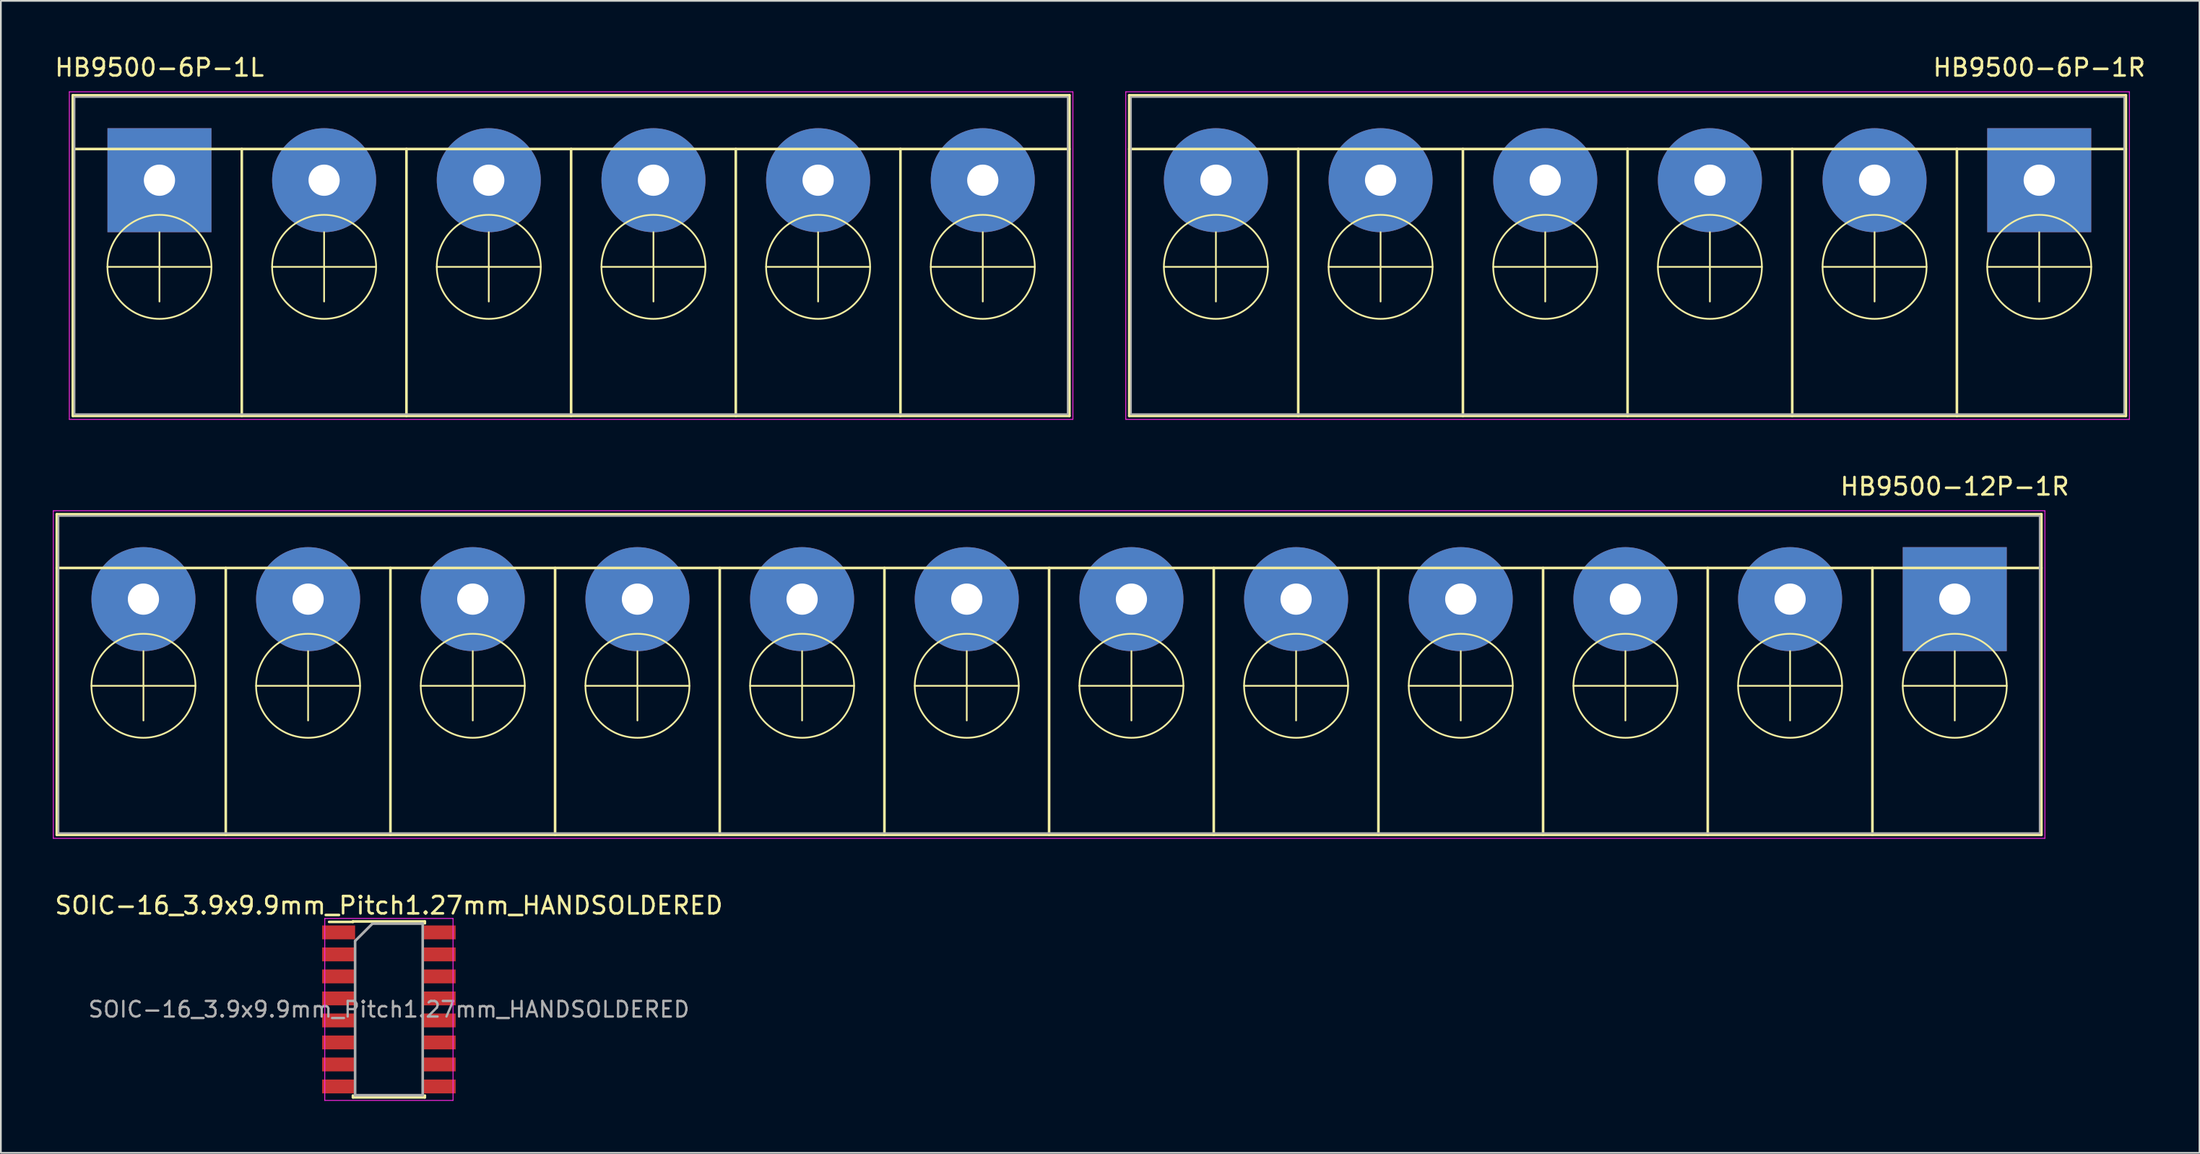
<source format=kicad_pcb>
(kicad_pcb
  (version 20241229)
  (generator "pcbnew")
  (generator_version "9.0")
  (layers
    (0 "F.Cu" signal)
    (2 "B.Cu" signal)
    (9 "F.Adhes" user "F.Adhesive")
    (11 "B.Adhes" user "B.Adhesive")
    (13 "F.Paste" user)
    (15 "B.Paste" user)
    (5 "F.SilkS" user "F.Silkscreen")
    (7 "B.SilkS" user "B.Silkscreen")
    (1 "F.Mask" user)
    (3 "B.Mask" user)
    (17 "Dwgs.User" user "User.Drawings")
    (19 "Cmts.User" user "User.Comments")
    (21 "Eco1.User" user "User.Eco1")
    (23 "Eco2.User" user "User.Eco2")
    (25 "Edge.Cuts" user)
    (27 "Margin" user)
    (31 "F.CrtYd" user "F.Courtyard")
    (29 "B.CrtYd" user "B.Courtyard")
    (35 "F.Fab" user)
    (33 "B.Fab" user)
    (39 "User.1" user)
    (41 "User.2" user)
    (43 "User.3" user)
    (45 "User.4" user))
  (footprint "HB9500-6P-1L"
    (layer "F.Cu")
    (at 6.149 7.348)
    (property "Reference" "HB9500-6P-1L" (at 0 -6.5 0) (layer "F.SilkS") (effects (font (size 1 1) (thickness 0.15))))
    (attr through_hole)
    (fp_line (start -5 -4.9) (end 52.5 -4.9) (stroke (width 0.15) (type solid)) (layer "F.SilkS"))
    (fp_line (start -5 -1.8) (end 52.5 -1.8) (stroke (width 0.15) (type solid)) (layer "F.SilkS"))
    (fp_line (start -5 13.6) (end -5 -4.9) (stroke (width 0.15) (type solid)) (layer "F.SilkS"))
    (fp_line (start -5 13.6) (end 52.5 13.6) (stroke (width 0.15) (type solid)) (layer "F.SilkS"))
    (fp_line (start -3 5) (end 3 5) (stroke (width 0.1) (type solid)) (layer "F.SilkS"))
    (fp_line (start 0 7) (end 0 3) (stroke (width 0.1) (type solid)) (layer "F.SilkS"))
    (fp_line (start 4.75 -1.8) (end 4.75 13.6) (stroke (width 0.15) (type solid)) (layer "F.SilkS"))
    (fp_line (start 6.5 5) (end 12.5 5) (stroke (width 0.1) (type solid)) (layer "F.SilkS"))
    (fp_line (start 9.5 7) (end 9.5 3) (stroke (width 0.1) (type solid)) (layer "F.SilkS"))
    (fp_line (start 14.25 -1.8) (end 14.25 13.6) (stroke (width 0.15) (type solid)) (layer "F.SilkS"))
    (fp_line (start 16 5) (end 22 5) (stroke (width 0.1) (type solid)) (layer "F.SilkS"))
    (fp_line (start 19 7) (end 19 3) (stroke (width 0.1) (type solid)) (layer "F.SilkS"))
    (fp_line (start 23.75 -1.8) (end 23.75 13.6) (stroke (width 0.15) (type solid)) (layer "F.SilkS"))
    (fp_line (start 25.5 5) (end 31.5 5) (stroke (width 0.1) (type solid)) (layer "F.SilkS"))
    (fp_line (start 28.5 7) (end 28.5 3) (stroke (width 0.1) (type solid)) (layer "F.SilkS"))
    (fp_line (start 33.25 -1.8) (end 33.25 13.6) (stroke (width 0.15) (type solid)) (layer "F.SilkS"))
    (fp_line (start 35 5) (end 41 5) (stroke (width 0.1) (type solid)) (layer "F.SilkS"))
    (fp_line (start 38 7) (end 38 3) (stroke (width 0.1) (type solid)) (layer "F.SilkS"))
    (fp_line (start 42.75 -1.8) (end 42.75 13.6) (stroke (width 0.15) (type solid)) (layer "F.SilkS"))
    (fp_line (start 44.5 5) (end 50.5 5) (stroke (width 0.1) (type solid)) (layer "F.SilkS"))
    (fp_line (start 47.5 7) (end 47.5 3) (stroke (width 0.1) (type solid)) (layer "F.SilkS"))
    (fp_line (start 52.5 13.6) (end 52.5 -4.9) (stroke (width 0.15) (type solid)) (layer "F.SilkS"))
    (fp_circle (center 0 5) (end 3 5) (stroke (width 0.1) (type solid)) (fill no) (layer "F.SilkS"))
    (fp_circle (center 9.5 5) (end 12.5 5) (stroke (width 0.1) (type solid)) (fill no) (layer "F.SilkS"))
    (fp_circle (center 19 5) (end 22 5) (stroke (width 0.1) (type solid)) (fill no) (layer "F.SilkS"))
    (fp_circle (center 28.5 5) (end 31.5 5) (stroke (width 0.1) (type solid)) (fill no) (layer "F.SilkS"))
    (fp_circle (center 38 5) (end 41 5) (stroke (width 0.1) (type solid)) (fill no) (layer "F.SilkS"))
    (fp_circle (center 47.5 5) (end 50.5 5) (stroke (width 0.1) (type solid)) (fill no) (layer "F.SilkS"))
    (fp_line (start -5.2 -5.1) (end -5.2 13.8) (stroke (width 0.05) (type solid)) (layer "F.CrtYd"))
    (fp_line (start -5.2 -5.1) (end 52.7 -5.1) (stroke (width 0.05) (type solid)) (layer "F.CrtYd"))
    (fp_line (start -5.2 13.8) (end 52.7 13.8) (stroke (width 0.05) (type solid)) (layer "F.CrtYd"))
    (fp_line (start 52.7 -5.1) (end 52.7 13.8) (stroke (width 0.05) (type solid)) (layer "F.CrtYd"))
    (fp_line (start -4.9 -4.8) (end -4.9 13.5) (stroke (width 0.1) (type solid)) (layer "F.Fab"))
    (fp_line (start -4.9 -4.8) (end 52.4 -4.8) (stroke (width 0.1) (type solid)) (layer "F.Fab"))
    (fp_line (start -4.9 13.5) (end 52.4 13.5) (stroke (width 0.1) (type solid)) (layer "F.Fab"))
    (fp_line (start 52.4 -4.8) (end 52.4 13.5) (stroke (width 0.1) (type solid)) (layer "F.Fab"))
    (pad "1" thru_hole rect (at 0 0) (size 6 6) (drill 1.8) (layers "*.Cu" "*.Mask"))
    (pad "2" thru_hole circle (at 9.5 0) (size 6 6) (drill 1.8) (layers "*.Cu" "*.Mask"))
    (pad "3" thru_hole circle (at 19 0) (size 6 6) (drill 1.8) (layers "*.Cu" "*.Mask"))
    (pad "4" thru_hole circle (at 28.5 0) (size 6 6) (drill 1.8) (layers "*.Cu" "*.Mask"))
    (pad "5" thru_hole circle (at 38 0 90) (size 6 6) (drill 1.8) (layers "*.Cu" "*.Mask"))
    (pad "6" thru_hole circle (at 47.5 0) (size 6 6) (drill 1.8) (layers "*.Cu" "*.Mask")))
  (footprint "SOIC-16_3.9x9.9mm_Pitch1.27mm_HANDSOLDERED"
    (layer "F.Cu")
    (at 19.387 55.195)
    (property "Reference" "SOIC-16_3.9x9.9mm_Pitch1.27mm_HANDSOLDERED" (at 0 -6 0) (layer "F.SilkS") (effects (font (size 1 1) (thickness 0.15))))
    (attr smd)
    (fp_line (start -2.075 -5.075) (end -2.075 -5.05) (stroke (width 0.15) (type solid)) (layer "F.SilkS"))
    (fp_line (start -2.075 -5.075) (end 2.075 -5.075) (stroke (width 0.15) (type solid)) (layer "F.SilkS"))
    (fp_line (start -2.075 -5.05) (end -3.45 -5.05) (stroke (width 0.15) (type solid)) (layer "F.SilkS"))
    (fp_line (start -2.075 5.075) (end -2.075 4.97) (stroke (width 0.15) (type solid)) (layer "F.SilkS"))
    (fp_line (start -2.075 5.075) (end 2.075 5.075) (stroke (width 0.15) (type solid)) (layer "F.SilkS"))
    (fp_line (start 2.075 -5.075) (end 2.075 -4.97) (stroke (width 0.15) (type solid)) (layer "F.SilkS"))
    (fp_line (start 2.075 5.075) (end 2.075 4.97) (stroke (width 0.15) (type solid)) (layer "F.SilkS"))
    (fp_line (start -3.7 -5.25) (end -3.7 5.25) (stroke (width 0.05) (type solid)) (layer "F.CrtYd"))
    (fp_line (start -3.7 -5.25) (end 3.7 -5.25) (stroke (width 0.05) (type solid)) (layer "F.CrtYd"))
    (fp_line (start -3.7 5.25) (end 3.7 5.25) (stroke (width 0.05) (type solid)) (layer "F.CrtYd"))
    (fp_line (start 3.7 -5.25) (end 3.7 5.25) (stroke (width 0.05) (type solid)) (layer "F.CrtYd"))
    (fp_line (start -1.95 -3.95) (end -0.95 -4.95) (stroke (width 0.15) (type solid)) (layer "F.Fab"))
    (fp_line (start -1.95 4.95) (end -1.95 -3.95) (stroke (width 0.15) (type solid)) (layer "F.Fab"))
    (fp_line (start -0.95 -4.95) (end 1.95 -4.95) (stroke (width 0.15) (type solid)) (layer "F.Fab"))
    (fp_line (start 1.95 -4.95) (end 1.95 4.95) (stroke (width 0.15) (type solid)) (layer "F.Fab"))
    (fp_line (start 1.95 4.95) (end -1.95 4.95) (stroke (width 0.15) (type solid)) (layer "F.Fab"))
    (fp_text user "${REFERENCE}" (at 0 0 0) (layer "F.Fab") (effects (font (size 0.9 0.9) (thickness 0.135))))
    (pad "1" smd rect (at -2.9 -4.445) (size 1.9 0.8) (layers "F.Cu" "F.Mask" "F.Paste"))
    (pad "2" smd rect (at -2.9 -3.175) (size 1.9 0.8) (layers "F.Cu" "F.Mask" "F.Paste"))
    (pad "3" smd rect (at -2.9 -1.905) (size 1.9 0.8) (layers "F.Cu" "F.Mask" "F.Paste"))
    (pad "4" smd rect (at -2.9 -0.635) (size 1.9 0.8) (layers "F.Cu" "F.Mask" "F.Paste"))
    (pad "5" smd rect (at -2.9 0.635) (size 1.9 0.8) (layers "F.Cu" "F.Mask" "F.Paste"))
    (pad "6" smd rect (at -2.9 1.905) (size 1.9 0.8) (layers "F.Cu" "F.Mask" "F.Paste"))
    (pad "7" smd rect (at -2.9 3.175) (size 1.9 0.8) (layers "F.Cu" "F.Mask" "F.Paste"))
    (pad "8" smd rect (at -2.9 4.445) (size 1.9 0.8) (layers "F.Cu" "F.Mask" "F.Paste"))
    (pad "9" smd rect (at 2.9 4.445) (size 1.9 0.8) (layers "F.Cu" "F.Mask" "F.Paste"))
    (pad "10" smd rect (at 2.9 3.175) (size 1.9 0.8) (layers "F.Cu" "F.Mask" "F.Paste"))
    (pad "11" smd rect (at 2.9 1.905) (size 1.9 0.8) (layers "F.Cu" "F.Mask" "F.Paste"))
    (pad "12" smd rect (at 2.9 0.635) (size 1.9 0.8) (layers "F.Cu" "F.Mask" "F.Paste"))
    (pad "13" smd rect (at 2.9 -0.635) (size 1.9 0.8) (layers "F.Cu" "F.Mask" "F.Paste"))
    (pad "14" smd rect (at 2.9 -1.905) (size 1.9 0.8) (layers "F.Cu" "F.Mask" "F.Paste"))
    (pad "15" smd rect (at 2.9 -3.175) (size 1.9 0.8) (layers "F.Cu" "F.Mask" "F.Paste"))
    (pad "16" smd rect (at 2.9 -4.445) (size 1.9 0.8) (layers "F.Cu" "F.Mask" "F.Paste")))
  (footprint "HB9500-12P-1R"
    (layer "F.Cu")
    (at 109.725 31.521)
    (property "Reference" "HB9500-12P-1R" (at 0 -6.5 0) (layer "F.SilkS") (effects (font (size 1 1) (thickness 0.15))))
    (attr through_hole)
    (fp_line (start -109.5 -4.9) (end 5 -4.9) (stroke (width 0.15) (type solid)) (layer "F.SilkS"))
    (fp_line (start -109.5 -1.8) (end 5 -1.8) (stroke (width 0.15) (type solid)) (layer "F.SilkS"))
    (fp_line (start -109.5 13.6) (end -109.5 -4.9) (stroke (width 0.15) (type solid)) (layer "F.SilkS"))
    (fp_line (start -109.5 13.6) (end 5 13.6) (stroke (width 0.15) (type solid)) (layer "F.SilkS"))
    (fp_line (start -107.5 5) (end -101.5 5) (stroke (width 0.1) (type solid)) (layer "F.SilkS"))
    (fp_line (start -104.5 7) (end -104.5 3) (stroke (width 0.1) (type solid)) (layer "F.SilkS"))
    (fp_line (start -99.75 -1.8) (end -99.75 13.6) (stroke (width 0.15) (type solid)) (layer "F.SilkS"))
    (fp_line (start -98 5) (end -92 5) (stroke (width 0.1) (type solid)) (layer "F.SilkS"))
    (fp_line (start -95 7) (end -95 3) (stroke (width 0.1) (type solid)) (layer "F.SilkS"))
    (fp_line (start -90.25 -1.8) (end -90.25 13.6) (stroke (width 0.15) (type solid)) (layer "F.SilkS"))
    (fp_line (start -88.5 5) (end -82.5 5) (stroke (width 0.1) (type solid)) (layer "F.SilkS"))
    (fp_line (start -85.5 7) (end -85.5 3) (stroke (width 0.1) (type solid)) (layer "F.SilkS"))
    (fp_line (start -80.75 -1.8) (end -80.75 13.6) (stroke (width 0.15) (type solid)) (layer "F.SilkS"))
    (fp_line (start -79 5) (end -73 5) (stroke (width 0.1) (type solid)) (layer "F.SilkS"))
    (fp_line (start -76 7) (end -76 3) (stroke (width 0.1) (type solid)) (layer "F.SilkS"))
    (fp_line (start -71.25 -1.8) (end -71.25 13.6) (stroke (width 0.15) (type solid)) (layer "F.SilkS"))
    (fp_line (start -69.5 5) (end -63.5 5) (stroke (width 0.1) (type solid)) (layer "F.SilkS"))
    (fp_line (start -66.5 7) (end -66.5 3) (stroke (width 0.1) (type solid)) (layer "F.SilkS"))
    (fp_line (start -61.75 -1.8) (end -61.75 13.6) (stroke (width 0.15) (type solid)) (layer "F.SilkS"))
    (fp_line (start -60 5) (end -54 5) (stroke (width 0.1) (type solid)) (layer "F.SilkS"))
    (fp_line (start -57 7) (end -57 3) (stroke (width 0.1) (type solid)) (layer "F.SilkS"))
    (fp_line (start -52.25 -1.8) (end -52.25 13.6) (stroke (width 0.15) (type solid)) (layer "F.SilkS"))
    (fp_line (start -50.5 5) (end -44.5 5) (stroke (width 0.1) (type solid)) (layer "F.SilkS"))
    (fp_line (start -47.5 7) (end -47.5 3) (stroke (width 0.1) (type solid)) (layer "F.SilkS"))
    (fp_line (start -42.75 -1.8) (end -42.75 13.6) (stroke (width 0.15) (type solid)) (layer "F.SilkS"))
    (fp_line (start -41 5) (end -35 5) (stroke (width 0.1) (type solid)) (layer "F.SilkS"))
    (fp_line (start -38 7) (end -38 3) (stroke (width 0.1) (type solid)) (layer "F.SilkS"))
    (fp_line (start -33.25 -1.8) (end -33.25 13.6) (stroke (width 0.15) (type solid)) (layer "F.SilkS"))
    (fp_line (start -31.5 5) (end -25.5 5) (stroke (width 0.1) (type solid)) (layer "F.SilkS"))
    (fp_line (start -28.5 7) (end -28.5 3) (stroke (width 0.1) (type solid)) (layer "F.SilkS"))
    (fp_line (start -23.75 -1.8) (end -23.75 13.6) (stroke (width 0.15) (type solid)) (layer "F.SilkS"))
    (fp_line (start -22 5) (end -16 5) (stroke (width 0.1) (type solid)) (layer "F.SilkS"))
    (fp_line (start -19 7) (end -19 3) (stroke (width 0.1) (type solid)) (layer "F.SilkS"))
    (fp_line (start -14.25 -1.8) (end -14.25 13.6) (stroke (width 0.15) (type solid)) (layer "F.SilkS"))
    (fp_line (start -12.5 5) (end -6.5 5) (stroke (width 0.1) (type solid)) (layer "F.SilkS"))
    (fp_line (start -9.5 7) (end -9.5 3) (stroke (width 0.1) (type solid)) (layer "F.SilkS"))
    (fp_line (start -4.75 -1.8) (end -4.75 13.6) (stroke (width 0.15) (type solid)) (layer "F.SilkS"))
    (fp_line (start -3 5) (end 3 5) (stroke (width 0.1) (type solid)) (layer "F.SilkS"))
    (fp_line (start 0 7) (end 0 3) (stroke (width 0.1) (type solid)) (layer "F.SilkS"))
    (fp_line (start 5 13.6) (end 5 -4.9) (stroke (width 0.15) (type solid)) (layer "F.SilkS"))
    (fp_circle (center -104.5 5) (end -101.5 5) (stroke (width 0.1) (type solid)) (fill no) (layer "F.SilkS"))
    (fp_circle (center -95 5) (end -92 5) (stroke (width 0.1) (type solid)) (fill no) (layer "F.SilkS"))
    (fp_circle (center -85.5 5) (end -82.5 5) (stroke (width 0.1) (type solid)) (fill no) (layer "F.SilkS"))
    (fp_circle (center -76 5) (end -73 5) (stroke (width 0.1) (type solid)) (fill no) (layer "F.SilkS"))
    (fp_circle (center -66.5 5) (end -63.5 5) (stroke (width 0.1) (type solid)) (fill no) (layer "F.SilkS"))
    (fp_circle (center -57 5) (end -54 5) (stroke (width 0.1) (type solid)) (fill no) (layer "F.SilkS"))
    (fp_circle (center -47.5 5) (end -44.5 5) (stroke (width 0.1) (type solid)) (fill no) (layer "F.SilkS"))
    (fp_circle (center -38 5) (end -35 5) (stroke (width 0.1) (type solid)) (fill no) (layer "F.SilkS"))
    (fp_circle (center -28.5 5) (end -25.5 5) (stroke (width 0.1) (type solid)) (fill no) (layer "F.SilkS"))
    (fp_circle (center -19 5) (end -16 5) (stroke (width 0.1) (type solid)) (fill no) (layer "F.SilkS"))
    (fp_circle (center -9.5 5) (end -6.5 5) (stroke (width 0.1) (type solid)) (fill no) (layer "F.SilkS"))
    (fp_circle (center 0 5) (end 3 5) (stroke (width 0.1) (type solid)) (fill no) (layer "F.SilkS"))
    (fp_line (start -109.7 -5.1) (end -109.7 13.8) (stroke (width 0.05) (type solid)) (layer "F.CrtYd"))
    (fp_line (start -109.7 -5.1) (end 5.2 -5.1) (stroke (width 0.05) (type solid)) (layer "F.CrtYd"))
    (fp_line (start -109.7 13.8) (end 5.2 13.8) (stroke (width 0.05) (type solid)) (layer "F.CrtYd"))
    (fp_line (start 5.2 -5.1) (end 5.2 13.8) (stroke (width 0.05) (type solid)) (layer "F.CrtYd"))
    (fp_line (start -109.4 -4.8) (end -109.4 13.5) (stroke (width 0.1) (type solid)) (layer "F.Fab"))
    (fp_line (start -109.4 -4.8) (end 4.9 -4.8) (stroke (width 0.1) (type solid)) (layer "F.Fab"))
    (fp_line (start -109.4 13.5) (end 4.9 13.5) (stroke (width 0.1) (type solid)) (layer "F.Fab"))
    (fp_line (start 4.9 -4.8) (end 4.9 13.5) (stroke (width 0.1) (type solid)) (layer "F.Fab"))
    (pad "1" thru_hole rect (at 0 0) (size 6 6) (drill 1.8) (layers "*.Cu" "*.Mask"))
    (pad "2" thru_hole circle (at -9.5 0 90) (size 6 6) (drill 1.8) (layers "*.Cu" "*.Mask"))
    (pad "3" thru_hole circle (at -19 0) (size 6 6) (drill 1.8) (layers "*.Cu" "*.Mask"))
    (pad "4" thru_hole circle (at -28.5 0) (size 6 6) (drill 1.8) (layers "*.Cu" "*.Mask"))
    (pad "5" thru_hole circle (at -38 0 90) (size 6 6) (drill 1.8) (layers "*.Cu" "*.Mask"))
    (pad "6" thru_hole circle (at -47.5 0) (size 6 6) (drill 1.8) (layers "*.Cu" "*.Mask"))
    (pad "7" thru_hole circle (at -57 0) (size 6 6) (drill 1.8) (layers "*.Cu" "*.Mask"))
    (pad "8" thru_hole circle (at -66.5 0) (size 6 6) (drill 1.8) (layers "*.Cu" "*.Mask"))
    (pad "9" thru_hole circle (at -76 0) (size 6 6) (drill 1.8) (layers "*.Cu" "*.Mask"))
    (pad "10" thru_hole circle (at -85.5 0) (size 6 6) (drill 1.8) (layers "*.Cu" "*.Mask"))
    (pad "11" thru_hole circle (at -95 0) (size 6 6) (drill 1.8) (layers "*.Cu" "*.Mask"))
    (pad "12" thru_hole circle (at -104.5 0) (size 6 6) (drill 1.8) (layers "*.Cu" "*.Mask")))
  (footprint "HB9500-6P-1R"
    (layer "F.Cu")
    (at 114.599 7.348)
    (property "Reference" "HB9500-6P-1R" (at 0 -6.5 0) (layer "F.SilkS") (effects (font (size 1 1) (thickness 0.15))))
    (attr through_hole)
    (fp_line (start -52.5 -4.9) (end 5 -4.9) (stroke (width 0.15) (type solid)) (layer "F.SilkS"))
    (fp_line (start -52.5 -1.8) (end 5 -1.8) (stroke (width 0.15) (type solid)) (layer "F.SilkS"))
    (fp_line (start -52.5 13.6) (end -52.5 -4.9) (stroke (width 0.15) (type solid)) (layer "F.SilkS"))
    (fp_line (start -52.5 13.6) (end 5 13.6) (stroke (width 0.15) (type solid)) (layer "F.SilkS"))
    (fp_line (start -50.5 5) (end -44.5 5) (stroke (width 0.1) (type solid)) (layer "F.SilkS"))
    (fp_line (start -47.5 7) (end -47.5 3) (stroke (width 0.1) (type solid)) (layer "F.SilkS"))
    (fp_line (start -42.75 -1.8) (end -42.75 13.6) (stroke (width 0.15) (type solid)) (layer "F.SilkS"))
    (fp_line (start -41 5) (end -35 5) (stroke (width 0.1) (type solid)) (layer "F.SilkS"))
    (fp_line (start -38 7) (end -38 3) (stroke (width 0.1) (type solid)) (layer "F.SilkS"))
    (fp_line (start -33.25 -1.8) (end -33.25 13.6) (stroke (width 0.15) (type solid)) (layer "F.SilkS"))
    (fp_line (start -31.5 5) (end -25.5 5) (stroke (width 0.1) (type solid)) (layer "F.SilkS"))
    (fp_line (start -28.5 7) (end -28.5 3) (stroke (width 0.1) (type solid)) (layer "F.SilkS"))
    (fp_line (start -23.75 -1.8) (end -23.75 13.6) (stroke (width 0.15) (type solid)) (layer "F.SilkS"))
    (fp_line (start -22 5) (end -16 5) (stroke (width 0.1) (type solid)) (layer "F.SilkS"))
    (fp_line (start -19 7) (end -19 3) (stroke (width 0.1) (type solid)) (layer "F.SilkS"))
    (fp_line (start -14.25 -1.8) (end -14.25 13.6) (stroke (width 0.15) (type solid)) (layer "F.SilkS"))
    (fp_line (start -12.5 5) (end -6.5 5) (stroke (width 0.1) (type solid)) (layer "F.SilkS"))
    (fp_line (start -9.5 7) (end -9.5 3) (stroke (width 0.1) (type solid)) (layer "F.SilkS"))
    (fp_line (start -4.75 -1.8) (end -4.75 13.6) (stroke (width 0.15) (type solid)) (layer "F.SilkS"))
    (fp_line (start -3 5) (end 3 5) (stroke (width 0.1) (type solid)) (layer "F.SilkS"))
    (fp_line (start 0 7) (end 0 3) (stroke (width 0.1) (type solid)) (layer "F.SilkS"))
    (fp_line (start 5 13.6) (end 5 -4.9) (stroke (width 0.15) (type solid)) (layer "F.SilkS"))
    (fp_circle (center -47.5 5) (end -44.5 5) (stroke (width 0.1) (type solid)) (fill no) (layer "F.SilkS"))
    (fp_circle (center -38 5) (end -35 5) (stroke (width 0.1) (type solid)) (fill no) (layer "F.SilkS"))
    (fp_circle (center -28.5 5) (end -25.5 5) (stroke (width 0.1) (type solid)) (fill no) (layer "F.SilkS"))
    (fp_circle (center -19 5) (end -16 5) (stroke (width 0.1) (type solid)) (fill no) (layer "F.SilkS"))
    (fp_circle (center -9.5 5) (end -6.5 5) (stroke (width 0.1) (type solid)) (fill no) (layer "F.SilkS"))
    (fp_circle (center 0 5) (end 3 5) (stroke (width 0.1) (type solid)) (fill no) (layer "F.SilkS"))
    (fp_line (start -52.7 -5.1) (end -52.7 13.8) (stroke (width 0.05) (type solid)) (layer "F.CrtYd"))
    (fp_line (start -52.7 -5.1) (end 5.2 -5.1) (stroke (width 0.05) (type solid)) (layer "F.CrtYd"))
    (fp_line (start -52.7 13.8) (end 5.2 13.8) (stroke (width 0.05) (type solid)) (layer "F.CrtYd"))
    (fp_line (start 5.2 -5.1) (end 5.2 13.8) (stroke (width 0.05) (type solid)) (layer "F.CrtYd"))
    (fp_line (start -52.4 -4.8) (end -52.4 13.5) (stroke (width 0.1) (type solid)) (layer "F.Fab"))
    (fp_line (start -52.4 -4.8) (end 4.9 -4.8) (stroke (width 0.1) (type solid)) (layer "F.Fab"))
    (fp_line (start -52.4 13.5) (end 4.9 13.5) (stroke (width 0.1) (type solid)) (layer "F.Fab"))
    (fp_line (start 4.9 -4.8) (end 4.9 13.5) (stroke (width 0.1) (type solid)) (layer "F.Fab"))
    (pad "1" thru_hole rect (at 0 0) (size 6 6) (drill 1.8) (layers "*.Cu" "*.Mask"))
    (pad "2" thru_hole circle (at -9.5 0 90) (size 6 6) (drill 1.8) (layers "*.Cu" "*.Mask"))
    (pad "3" thru_hole circle (at -19 0) (size 6 6) (drill 1.8) (layers "*.Cu" "*.Mask"))
    (pad "4" thru_hole circle (at -28.5 0) (size 6 6) (drill 1.8) (layers "*.Cu" "*.Mask"))
    (pad "5" thru_hole circle (at -38 0) (size 6 6) (drill 1.8) (layers "*.Cu" "*.Mask"))
    (pad "6" thru_hole circle (at -47.5 0) (size 6 6) (drill 1.8) (layers "*.Cu" "*.Mask")))
  (gr_rect
    (start -3 -3)
    (end 123.843 63.47)
    (stroke (width 0.1) (type default))
    (fill no)
    (layer "Edge.Cuts")))
</source>
